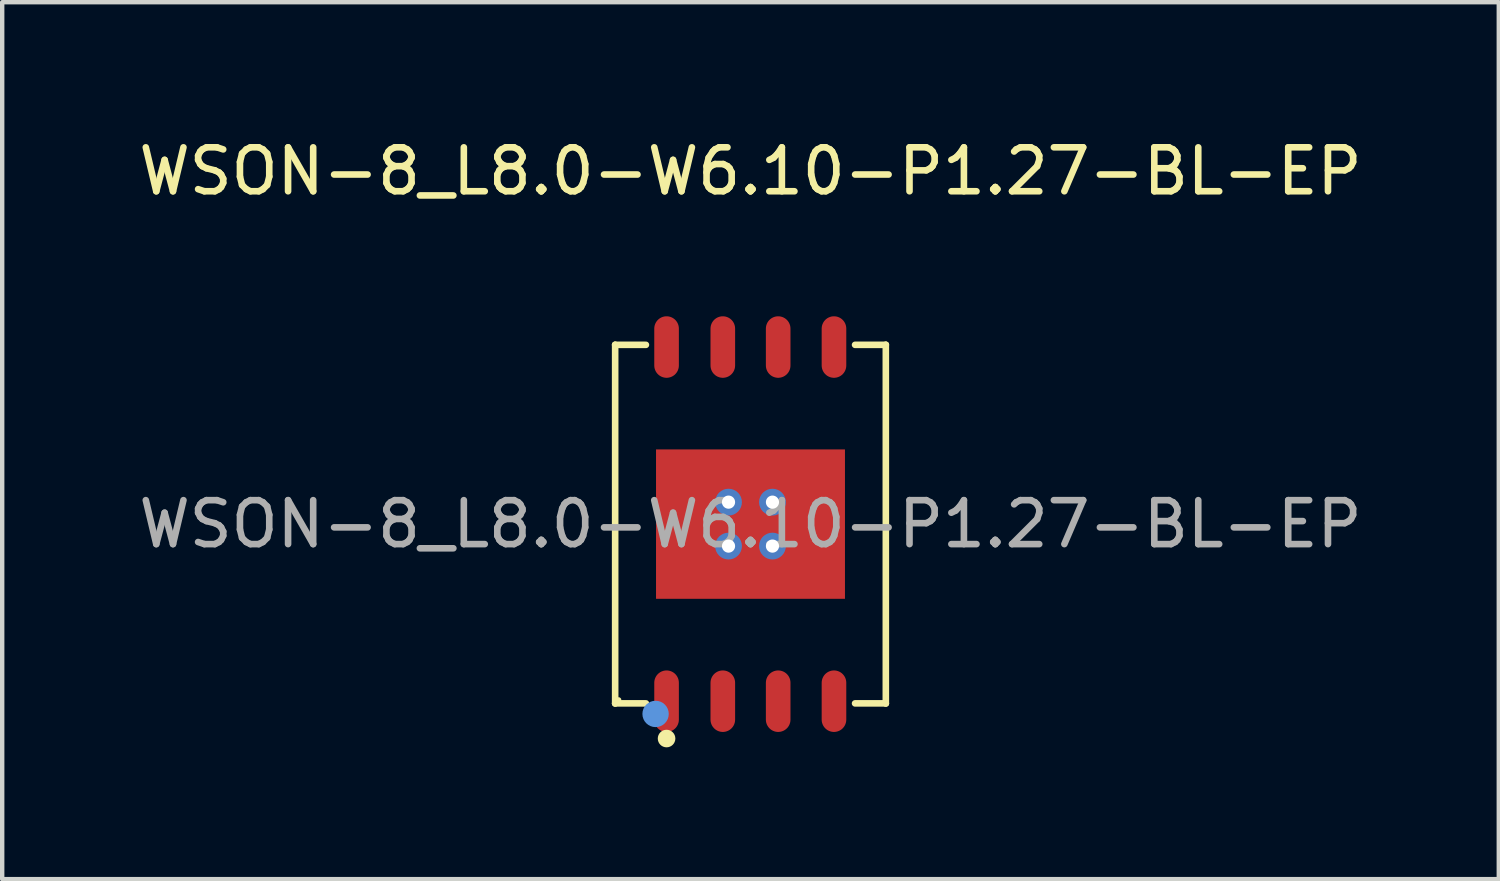
<source format=kicad_pcb>
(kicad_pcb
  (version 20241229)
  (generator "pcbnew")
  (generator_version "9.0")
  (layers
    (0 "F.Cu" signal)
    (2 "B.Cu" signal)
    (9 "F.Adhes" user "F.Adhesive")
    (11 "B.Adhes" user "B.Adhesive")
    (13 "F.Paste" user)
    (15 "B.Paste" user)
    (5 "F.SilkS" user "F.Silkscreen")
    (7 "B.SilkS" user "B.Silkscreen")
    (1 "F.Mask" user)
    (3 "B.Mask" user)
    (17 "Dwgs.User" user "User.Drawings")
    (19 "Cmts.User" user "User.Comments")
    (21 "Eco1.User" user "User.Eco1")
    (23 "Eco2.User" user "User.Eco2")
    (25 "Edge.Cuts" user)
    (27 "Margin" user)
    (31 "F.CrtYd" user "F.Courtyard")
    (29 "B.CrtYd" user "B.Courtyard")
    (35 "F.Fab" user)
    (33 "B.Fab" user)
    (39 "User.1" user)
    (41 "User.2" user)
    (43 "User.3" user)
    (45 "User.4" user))
  (footprint "WSON-8_L8.0-W6.10-P1.27-BL-EP"
    (layer "F.Cu")
    (at 14.03 8.878)
    (property "Reference" "WSON-8_L8.0-W6.10-P1.27-BL-EP" (at 0 -8.03 0) (layer "F.SilkS") (effects (font (size 1 1) (thickness 0.15))))
    (attr smd)
    (fp_line (start -3.08 -4.08) (end -3.08 -4.08) (stroke (width 0.15) (type solid)) (layer "F.SilkS"))
    (fp_line (start -3.08 -4.08) (end -2.38 -4.08) (stroke (width 0.15) (type solid)) (layer "F.SilkS"))
    (fp_line (start -3.08 4.08) (end -3.08 -4.08) (stroke (width 0.15) (type solid)) (layer "F.SilkS"))
    (fp_line (start -3.08 4.08) (end -3.08 4.08) (stroke (width 0.15) (type solid)) (layer "F.SilkS"))
    (fp_line (start -2.38 4.08) (end -3.08 4.08) (stroke (width 0.15) (type solid)) (layer "F.SilkS"))
    (fp_line (start 2.38 4.08) (end 3.08 4.08) (stroke (width 0.15) (type solid)) (layer "F.SilkS"))
    (fp_line (start 3.08 -4.08) (end 2.38 -4.08) (stroke (width 0.15) (type solid)) (layer "F.SilkS"))
    (fp_line (start 3.08 -4.08) (end 3.08 -4.08) (stroke (width 0.15) (type solid)) (layer "F.SilkS"))
    (fp_line (start 3.08 4.08) (end 3.08 -4.08) (stroke (width 0.15) (type solid)) (layer "F.SilkS"))
    (fp_line (start 3.08 4.08) (end 3.08 4.08) (stroke (width 0.15) (type solid)) (layer "F.SilkS"))
    (fp_circle (center -3 4) (end -2.97 4) (stroke (width 0.06) (type solid)) (fill no) (layer "F.SilkS"))
    (fp_circle (center -1.91 4.88) (end -1.81 4.88) (stroke (width 0.2) (type solid)) (fill no) (layer "F.SilkS"))
    (fp_circle (center -2.16 4.32) (end -2.01 4.32) (stroke (width 0.3) (type solid)) (fill no) (layer "Cmts.User"))
    (fp_text user "${REFERENCE}" (at 0 0 0) (layer "F.Fab") (effects (font (size 1 1) (thickness 0.15))))
    (pad "" thru_hole circle (at -0.5 -0.5) (size 0.61 0.61) (drill 0.3) (layers "*.Cu" "*.Paste" "*.Mask"))
    (pad "" thru_hole circle (at -0.5 0.5) (size 0.61 0.61) (drill 0.3) (layers "*.Cu" "*.Paste" "*.Mask"))
    (pad "" thru_hole circle (at 0.5 -0.5) (size 0.61 0.61) (drill 0.3) (layers "*.Cu" "*.Paste" "*.Mask"))
    (pad "" thru_hole circle (at 0.5 0.5) (size 0.61 0.61) (drill 0.3) (layers "*.Cu" "*.Paste" "*.Mask"))
    (pad "1" smd oval (at -1.91 4.03) (size 0.56 1.4) (layers "F.Cu" "F.Mask" "F.Paste"))
    (pad "2" smd oval (at -0.63 4.03) (size 0.56 1.4) (layers "F.Cu" "F.Mask" "F.Paste"))
    (pad "3" smd oval (at 0.63 4.03) (size 0.56 1.4) (layers "F.Cu" "F.Mask" "F.Paste"))
    (pad "4" smd oval (at 1.9 4.03) (size 0.56 1.4) (layers "F.Cu" "F.Mask" "F.Paste"))
    (pad "5" smd oval (at 1.9 -4.03) (size 0.56 1.4) (layers "F.Cu" "F.Mask" "F.Paste"))
    (pad "6" smd oval (at 0.63 -4.03) (size 0.56 1.4) (layers "F.Cu" "F.Mask" "F.Paste"))
    (pad "7" smd oval (at -0.63 -4.03) (size 0.56 1.4) (layers "F.Cu" "F.Mask" "F.Paste"))
    (pad "8" smd oval (at -1.91 -4.03) (size 0.56 1.4) (layers "F.Cu" "F.Mask" "F.Paste"))
    (pad "9" smd rect (at 0 0) (size 4.3 3.4) (layers "F.Cu" "F.Mask" "F.Paste")))
  (gr_rect
    (start -3 -3)
    (end 31.06 16.958)
    (stroke (width 0.1) (type default))
    (fill no)
    (layer "Edge.Cuts")))
</source>
